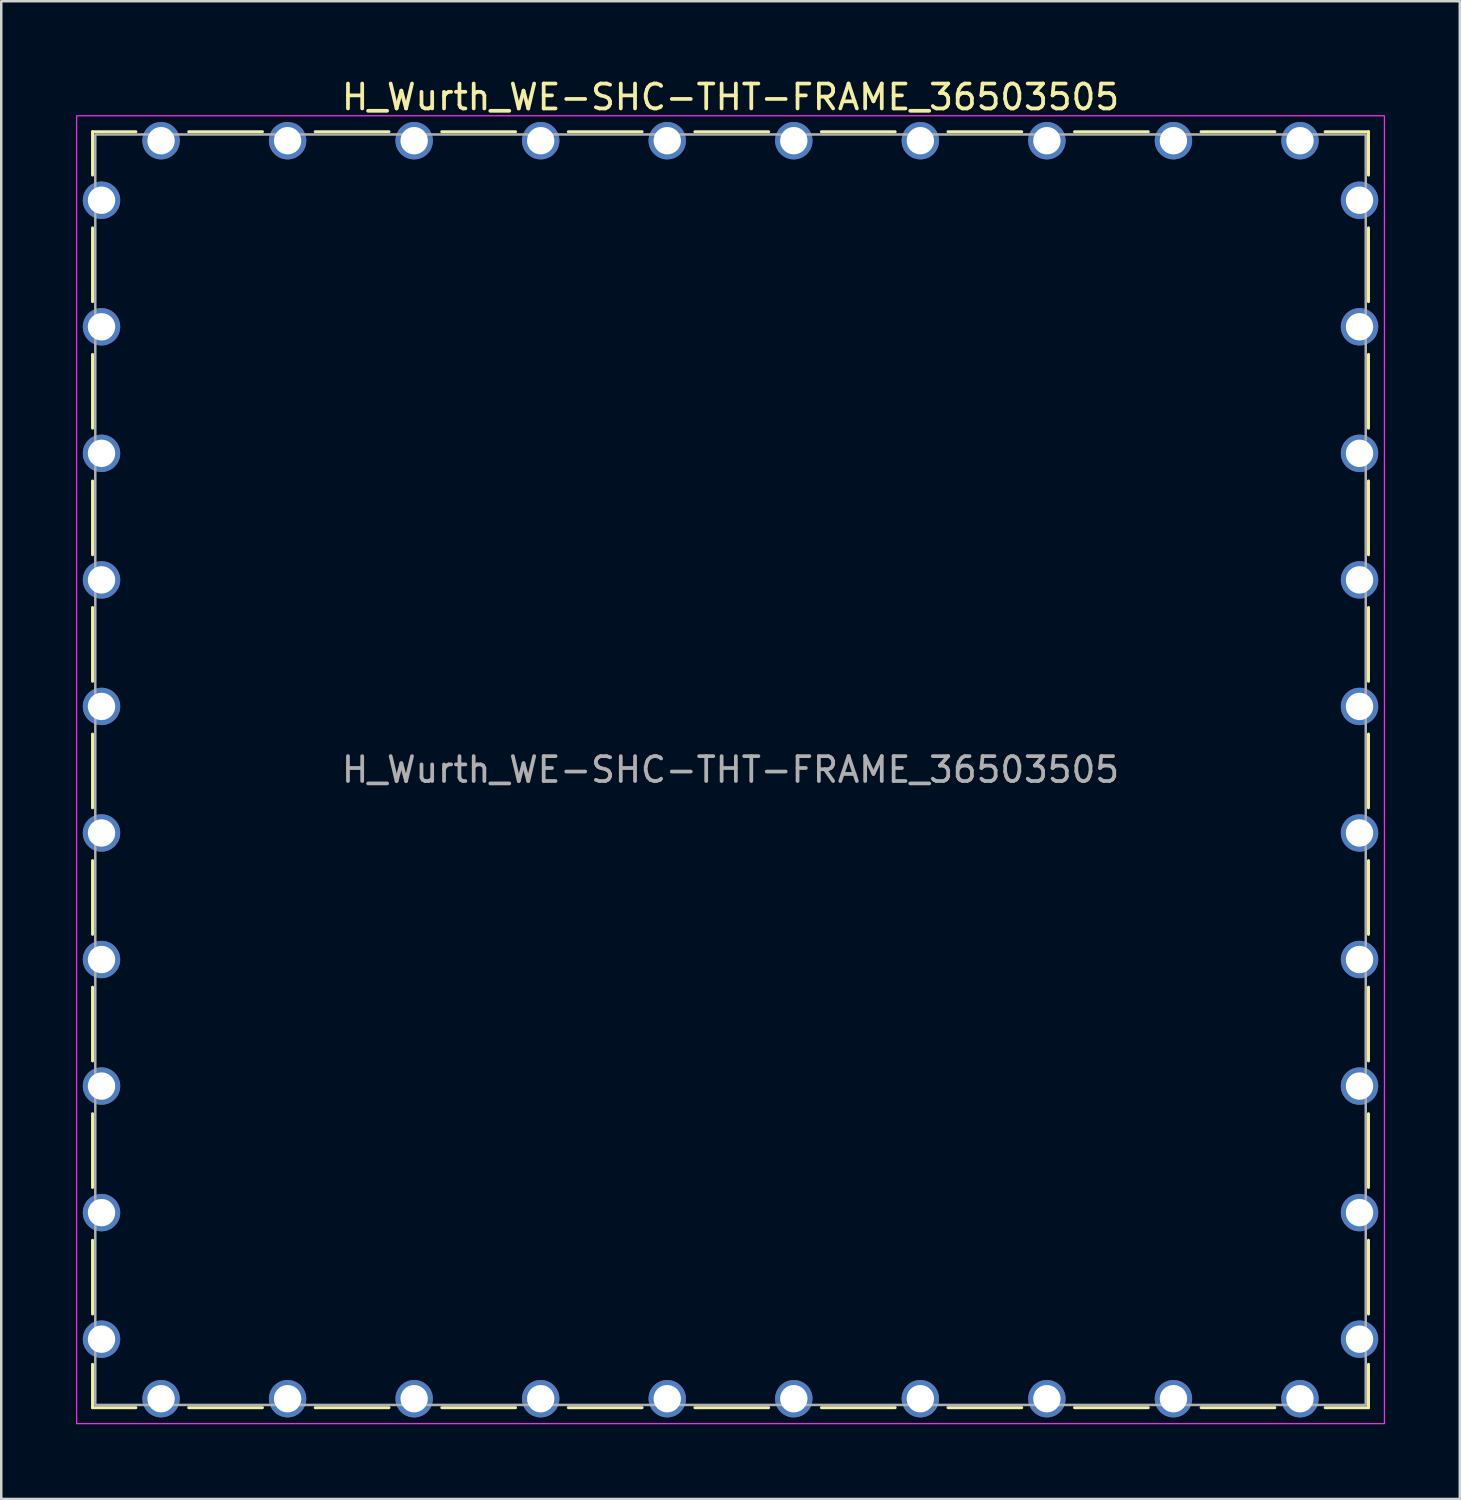
<source format=kicad_pcb>
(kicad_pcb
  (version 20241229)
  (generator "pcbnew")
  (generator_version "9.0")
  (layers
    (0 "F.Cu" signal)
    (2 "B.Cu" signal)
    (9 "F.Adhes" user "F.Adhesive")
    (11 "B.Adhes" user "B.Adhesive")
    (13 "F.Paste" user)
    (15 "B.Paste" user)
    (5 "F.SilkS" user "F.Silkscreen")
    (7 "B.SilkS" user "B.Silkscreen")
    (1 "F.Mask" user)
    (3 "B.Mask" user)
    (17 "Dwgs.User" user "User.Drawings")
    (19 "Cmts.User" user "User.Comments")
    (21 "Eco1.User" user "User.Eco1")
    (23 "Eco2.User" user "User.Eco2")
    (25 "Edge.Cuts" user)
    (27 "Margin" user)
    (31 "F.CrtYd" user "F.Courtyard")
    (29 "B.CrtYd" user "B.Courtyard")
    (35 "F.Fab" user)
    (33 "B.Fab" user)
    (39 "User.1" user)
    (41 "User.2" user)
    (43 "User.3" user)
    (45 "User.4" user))
  (footprint "H_Wurth_WE-SHC-THT-FRAME_36503505"
    (layer "F.Cu")
    (at 26.275 27.848)
    (property "Reference" "H_Wurth_WE-SHC-THT-FRAME_36503505" (at 0 -27 0) (unlocked yes) (layer "F.SilkS") (effects (font (size 1 1) (thickness 0.15))))
    (attr smd)
    (fp_line (start -25.61 -25.61) (end -25.61 -23.87) (stroke (width 0.12) (type default)) (layer "F.SilkS"))
    (fp_line (start -25.61 -18.79) (end -25.61 -21.75) (stroke (width 0.12) (type default)) (layer "F.SilkS"))
    (fp_line (start -25.61 -13.71) (end -25.61 -16.67) (stroke (width 0.12) (type default)) (layer "F.SilkS"))
    (fp_line (start -25.61 -8.63) (end -25.61 -11.59) (stroke (width 0.12) (type default)) (layer "F.SilkS"))
    (fp_line (start -25.61 -3.55) (end -25.61 -6.51) (stroke (width 0.12) (type default)) (layer "F.SilkS"))
    (fp_line (start -25.61 1.53) (end -25.61 -1.43) (stroke (width 0.12) (type default)) (layer "F.SilkS"))
    (fp_line (start -25.61 6.61) (end -25.61 3.65) (stroke (width 0.12) (type default)) (layer "F.SilkS"))
    (fp_line (start -25.61 11.69) (end -25.61 8.73) (stroke (width 0.12) (type default)) (layer "F.SilkS"))
    (fp_line (start -25.61 16.77) (end -25.61 13.81) (stroke (width 0.12) (type default)) (layer "F.SilkS"))
    (fp_line (start -25.61 21.85) (end -25.61 18.89) (stroke (width 0.12) (type default)) (layer "F.SilkS"))
    (fp_line (start -25.61 25.61) (end -25.61 23.87) (stroke (width 0.12) (type default)) (layer "F.SilkS"))
    (fp_line (start -23.87 -25.61) (end -25.61 -25.61) (stroke (width 0.12) (type default)) (layer "F.SilkS"))
    (fp_line (start -23.87 25.61) (end -25.61 25.61) (stroke (width 0.12) (type default)) (layer "F.SilkS"))
    (fp_line (start -21.75 -25.61) (end -18.79 -25.61) (stroke (width 0.12) (type default)) (layer "F.SilkS"))
    (fp_line (start -21.75 25.61) (end -18.79 25.61) (stroke (width 0.12) (type default)) (layer "F.SilkS"))
    (fp_line (start -16.67 -25.61) (end -13.71 -25.61) (stroke (width 0.12) (type default)) (layer "F.SilkS"))
    (fp_line (start -16.67 25.61) (end -13.71 25.61) (stroke (width 0.12) (type default)) (layer "F.SilkS"))
    (fp_line (start -11.59 -25.61) (end -8.63 -25.61) (stroke (width 0.12) (type default)) (layer "F.SilkS"))
    (fp_line (start -11.59 25.61) (end -8.63 25.61) (stroke (width 0.12) (type default)) (layer "F.SilkS"))
    (fp_line (start -6.51 -25.61) (end -3.55 -25.61) (stroke (width 0.12) (type default)) (layer "F.SilkS"))
    (fp_line (start -6.51 25.61) (end -3.55 25.61) (stroke (width 0.12) (type default)) (layer "F.SilkS"))
    (fp_line (start -1.43 -25.61) (end 1.53 -25.61) (stroke (width 0.12) (type default)) (layer "F.SilkS"))
    (fp_line (start -1.43 25.61) (end 1.53 25.61) (stroke (width 0.12) (type default)) (layer "F.SilkS"))
    (fp_line (start 3.65 -25.61) (end 6.61 -25.61) (stroke (width 0.12) (type default)) (layer "F.SilkS"))
    (fp_line (start 3.65 25.61) (end 6.61 25.61) (stroke (width 0.12) (type default)) (layer "F.SilkS"))
    (fp_line (start 8.73 -25.61) (end 11.69 -25.61) (stroke (width 0.12) (type default)) (layer "F.SilkS"))
    (fp_line (start 8.73 25.61) (end 11.69 25.61) (stroke (width 0.12) (type default)) (layer "F.SilkS"))
    (fp_line (start 13.81 -25.61) (end 16.77 -25.61) (stroke (width 0.12) (type default)) (layer "F.SilkS"))
    (fp_line (start 13.81 25.61) (end 16.77 25.61) (stroke (width 0.12) (type default)) (layer "F.SilkS"))
    (fp_line (start 18.89 -25.61) (end 21.85 -25.61) (stroke (width 0.12) (type default)) (layer "F.SilkS"))
    (fp_line (start 18.89 25.61) (end 21.85 25.61) (stroke (width 0.12) (type default)) (layer "F.SilkS"))
    (fp_line (start 25.61 -25.61) (end 23.87 -25.61) (stroke (width 0.12) (type default)) (layer "F.SilkS"))
    (fp_line (start 25.61 -25.61) (end 25.61 -23.87) (stroke (width 0.12) (type default)) (layer "F.SilkS"))
    (fp_line (start 25.61 -18.79) (end 25.61 -21.75) (stroke (width 0.12) (type default)) (layer "F.SilkS"))
    (fp_line (start 25.61 -13.71) (end 25.61 -16.67) (stroke (width 0.12) (type default)) (layer "F.SilkS"))
    (fp_line (start 25.61 -8.63) (end 25.61 -11.59) (stroke (width 0.12) (type default)) (layer "F.SilkS"))
    (fp_line (start 25.61 -3.55) (end 25.61 -6.51) (stroke (width 0.12) (type default)) (layer "F.SilkS"))
    (fp_line (start 25.61 1.53) (end 25.61 -1.43) (stroke (width 0.12) (type default)) (layer "F.SilkS"))
    (fp_line (start 25.61 6.61) (end 25.61 3.65) (stroke (width 0.12) (type default)) (layer "F.SilkS"))
    (fp_line (start 25.61 11.69) (end 25.61 8.73) (stroke (width 0.12) (type default)) (layer "F.SilkS"))
    (fp_line (start 25.61 16.77) (end 25.61 13.81) (stroke (width 0.12) (type default)) (layer "F.SilkS"))
    (fp_line (start 25.61 21.85) (end 25.61 18.89) (stroke (width 0.12) (type default)) (layer "F.SilkS"))
    (fp_line (start 25.61 25.61) (end 23.87 25.61) (stroke (width 0.12) (type default)) (layer "F.SilkS"))
    (fp_line (start 25.61 25.61) (end 25.61 23.87) (stroke (width 0.12) (type default)) (layer "F.SilkS"))
    (fp_rect (start -26.25 -26.25) (end 26.25 26.25) (stroke (width 0.05) (type solid)) (fill no) (layer "F.CrtYd"))
    (fp_rect (start -25.5 -25.5) (end 25.5 25.5) (stroke (width 0.1) (type solid)) (fill no) (layer "F.Fab"))
    (fp_text user "${REFERENCE}" (at 0 0 0) (unlocked yes) (layer "F.Fab") (effects (font (size 1 1) (thickness 0.15))))
    (pad "1" thru_hole circle (at -25.25 -22.86) (size 1.5 1.5) (drill 1.1) (layers "*.Cu" "*.Mask"))
    (pad "1" thru_hole circle (at -25.25 -17.78) (size 1.5 1.5) (drill 1.1) (layers "*.Cu" "*.Mask"))
    (pad "1" thru_hole circle (at -25.25 -12.7) (size 1.5 1.5) (drill 1.1) (layers "*.Cu" "*.Mask"))
    (pad "1" thru_hole circle (at -25.25 -7.62) (size 1.5 1.5) (drill 1.1) (layers "*.Cu" "*.Mask"))
    (pad "1" thru_hole circle (at -25.25 -2.54) (size 1.5 1.5) (drill 1.1) (layers "*.Cu" "*.Mask"))
    (pad "1" thru_hole circle (at -25.25 2.54) (size 1.5 1.5) (drill 1.1) (layers "*.Cu" "*.Mask"))
    (pad "1" thru_hole circle (at -25.25 7.62) (size 1.5 1.5) (drill 1.1) (layers "*.Cu" "*.Mask"))
    (pad "1" thru_hole circle (at -25.25 12.7) (size 1.5 1.5) (drill 1.1) (layers "*.Cu" "*.Mask"))
    (pad "1" thru_hole circle (at -25.25 17.78) (size 1.5 1.5) (drill 1.1) (layers "*.Cu" "*.Mask"))
    (pad "1" thru_hole circle (at -25.25 22.86) (size 1.5 1.5) (drill 1.1) (layers "*.Cu" "*.Mask"))
    (pad "1" thru_hole circle (at -22.86 -25.25) (size 1.5 1.5) (drill 1.1) (layers "*.Cu" "*.Mask"))
    (pad "1" thru_hole circle (at -22.86 25.25) (size 1.5 1.5) (drill 1.1) (layers "*.Cu" "*.Mask"))
    (pad "1" thru_hole circle (at -17.78 -25.25) (size 1.5 1.5) (drill 1.1) (layers "*.Cu" "*.Mask"))
    (pad "1" thru_hole circle (at -17.78 25.25) (size 1.5 1.5) (drill 1.1) (layers "*.Cu" "*.Mask"))
    (pad "1" thru_hole circle (at -12.7 -25.25) (size 1.5 1.5) (drill 1.1) (layers "*.Cu" "*.Mask"))
    (pad "1" thru_hole circle (at -12.7 25.25) (size 1.5 1.5) (drill 1.1) (layers "*.Cu" "*.Mask"))
    (pad "1" thru_hole circle (at -7.62 -25.25) (size 1.5 1.5) (drill 1.1) (layers "*.Cu" "*.Mask"))
    (pad "1" thru_hole circle (at -7.62 25.25) (size 1.5 1.5) (drill 1.1) (layers "*.Cu" "*.Mask"))
    (pad "1" thru_hole circle (at -2.54 -25.25) (size 1.5 1.5) (drill 1.1) (layers "*.Cu" "*.Mask"))
    (pad "1" thru_hole circle (at -2.54 25.25) (size 1.5 1.5) (drill 1.1) (layers "*.Cu" "*.Mask"))
    (pad "1" thru_hole circle (at 2.54 -25.25) (size 1.5 1.5) (drill 1.1) (layers "*.Cu" "*.Mask"))
    (pad "1" thru_hole circle (at 2.54 25.25) (size 1.5 1.5) (drill 1.1) (layers "*.Cu" "*.Mask"))
    (pad "1" thru_hole circle (at 7.62 -25.25) (size 1.5 1.5) (drill 1.1) (layers "*.Cu" "*.Mask"))
    (pad "1" thru_hole circle (at 7.62 25.25) (size 1.5 1.5) (drill 1.1) (layers "*.Cu" "*.Mask"))
    (pad "1" thru_hole circle (at 12.7 -25.25) (size 1.5 1.5) (drill 1.1) (layers "*.Cu" "*.Mask"))
    (pad "1" thru_hole circle (at 12.7 25.25) (size 1.5 1.5) (drill 1.1) (layers "*.Cu" "*.Mask"))
    (pad "1" thru_hole circle (at 17.78 -25.25) (size 1.5 1.5) (drill 1.1) (layers "*.Cu" "*.Mask"))
    (pad "1" thru_hole circle (at 17.78 25.25) (size 1.5 1.5) (drill 1.1) (layers "*.Cu" "*.Mask"))
    (pad "1" thru_hole circle (at 22.86 -25.25) (size 1.5 1.5) (drill 1.1) (layers "*.Cu" "*.Mask"))
    (pad "1" thru_hole circle (at 22.86 25.25) (size 1.5 1.5) (drill 1.1) (layers "*.Cu" "*.Mask"))
    (pad "1" thru_hole circle (at 25.25 -22.86) (size 1.5 1.5) (drill 1.1) (layers "*.Cu" "*.Mask"))
    (pad "1" thru_hole circle (at 25.25 -17.78) (size 1.5 1.5) (drill 1.1) (layers "*.Cu" "*.Mask"))
    (pad "1" thru_hole circle (at 25.25 -12.7) (size 1.5 1.5) (drill 1.1) (layers "*.Cu" "*.Mask"))
    (pad "1" thru_hole circle (at 25.25 -7.62) (size 1.5 1.5) (drill 1.1) (layers "*.Cu" "*.Mask"))
    (pad "1" thru_hole circle (at 25.25 -2.54) (size 1.5 1.5) (drill 1.1) (layers "*.Cu" "*.Mask"))
    (pad "1" thru_hole circle (at 25.25 2.54) (size 1.5 1.5) (drill 1.1) (layers "*.Cu" "*.Mask"))
    (pad "1" thru_hole circle (at 25.25 7.62) (size 1.5 1.5) (drill 1.1) (layers "*.Cu" "*.Mask"))
    (pad "1" thru_hole circle (at 25.25 12.7) (size 1.5 1.5) (drill 1.1) (layers "*.Cu" "*.Mask"))
    (pad "1" thru_hole circle (at 25.25 17.78) (size 1.5 1.5) (drill 1.1) (layers "*.Cu" "*.Mask"))
    (pad "1" thru_hole circle (at 25.25 22.86) (size 1.5 1.5) (drill 1.1) (layers "*.Cu" "*.Mask")))
  (gr_rect
    (start -3 -3)
    (end 55.55 57.123)
    (stroke (width 0.1) (type default))
    (fill no)
    (layer "Edge.Cuts")))
</source>
